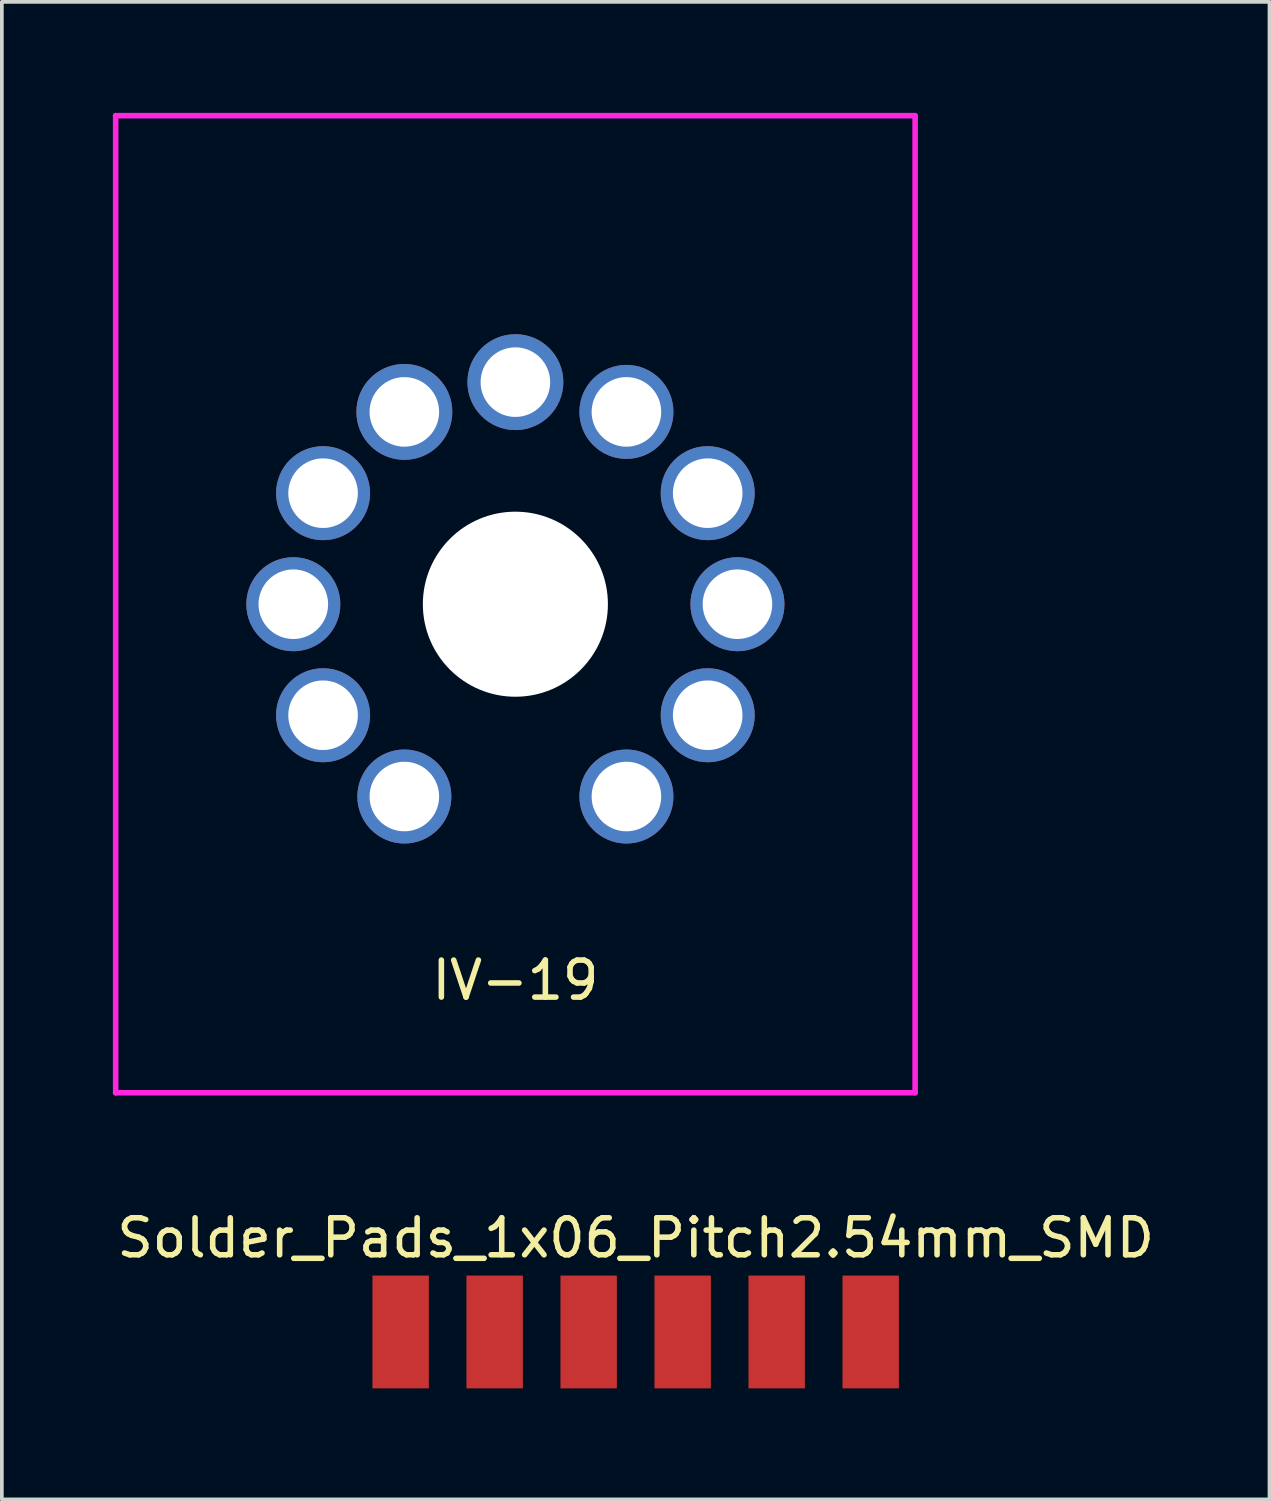
<source format=kicad_pcb>
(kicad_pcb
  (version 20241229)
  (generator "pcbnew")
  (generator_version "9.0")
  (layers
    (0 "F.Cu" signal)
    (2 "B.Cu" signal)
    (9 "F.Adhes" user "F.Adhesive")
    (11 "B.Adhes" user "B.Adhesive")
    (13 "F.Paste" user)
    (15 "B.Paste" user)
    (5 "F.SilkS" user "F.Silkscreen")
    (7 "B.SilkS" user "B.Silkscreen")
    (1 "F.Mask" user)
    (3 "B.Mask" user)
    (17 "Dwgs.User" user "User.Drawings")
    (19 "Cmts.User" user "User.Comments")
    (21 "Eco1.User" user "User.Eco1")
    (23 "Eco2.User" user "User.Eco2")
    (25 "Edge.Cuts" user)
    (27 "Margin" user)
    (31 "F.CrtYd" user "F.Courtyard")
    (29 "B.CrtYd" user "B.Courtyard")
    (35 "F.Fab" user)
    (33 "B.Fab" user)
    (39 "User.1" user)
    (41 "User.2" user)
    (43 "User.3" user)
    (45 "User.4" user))
  (footprint "IV-19"
    (layer "F.Cu")
    (at 10.875 13.275)
    (property "Reference" "IV-19" (at 0 10.16 0) (layer "F.SilkS") (effects (font (size 1 1) (thickness 0.15))))
    (attr through_hole)
    (fp_line (start -10.8 -13.2) (end -10.8 13.2) (stroke (width 0.15) (type solid)) (layer "F.CrtYd"))
    (fp_line (start -10.8 -13.2) (end 10.8 -13.2) (stroke (width 0.15) (type solid)) (layer "F.CrtYd"))
    (fp_line (start -10.8 13.2) (end 10.8 13.2) (stroke (width 0.15) (type solid)) (layer "F.CrtYd"))
    (fp_line (start 10.8 -13.2) (end 10.8 13.2) (stroke (width 0.15) (type solid)) (layer "F.CrtYd"))
    (pad "" np_thru_hole circle (at 0 0) (size 5 5) (drill 5) (layers "*.Cu" "*.Mask"))
    (pad "1" thru_hole circle (at 3 5.196) (size 2.54 2.54) (drill 1.88) (layers "*.Cu" "*.Mask"))
    (pad "2" thru_hole circle (at 5.196 3) (size 2.54 2.54) (drill 1.88) (layers "*.Cu" "*.Mask"))
    (pad "3" thru_hole circle (at 6 0) (size 2.54 2.54) (drill 1.88) (layers "*.Cu" "*.Mask"))
    (pad "4" thru_hole circle (at 5.196 -3) (size 2.54 2.54) (drill 1.88) (layers "*.Cu" "*.Mask"))
    (pad "5" thru_hole circle (at 3 -5.196) (size 2.54 2.54) (drill 1.88) (layers "*.Cu" "*.Mask"))
    (pad "6" thru_hole circle (at 0 -6) (size 2.591 2.591) (drill 1.88) (layers "*.Cu" "*.Mask"))
    (pad "7" thru_hole circle (at -3 -5.196) (size 2.591 2.591) (drill 1.88) (layers "*.Cu" "*.Mask"))
    (pad "8" thru_hole circle (at -5.196 -3) (size 2.54 2.54) (drill 1.88) (layers "*.Cu" "*.Mask"))
    (pad "9" thru_hole circle (at -6 0) (size 2.54 2.54) (drill 1.88) (layers "*.Cu" "*.Mask"))
    (pad "10" thru_hole circle (at -5.196 3) (size 2.54 2.54) (drill 1.88) (layers "*.Cu" "*.Mask"))
    (pad "11" thru_hole circle (at -3 5.196) (size 2.54 2.54) (drill 1.88) (layers "*.Cu" "*.Mask")))
  (footprint "Solder_Pads_1x06_Pitch2.54mm_SMD"
    (layer "F.Cu")
    (at 14.125 32.938)
    (property "Reference" "Solder_Pads_1x06_Pitch2.54mm_SMD" (at 0 -2.54 0) (layer "F.SilkS") (effects (font (size 1 1) (thickness 0.15))))
    (attr smd)
    (pad "1" smd rect (at -6.35 0 90) (size 3.048 1.524) (layers "F.Cu" "F.Mask"))
    (pad "2" smd rect (at -3.81 0 90) (size 3.048 1.524) (layers "F.Cu" "F.Mask"))
    (pad "3" smd rect (at -1.27 0 90) (size 3.048 1.524) (layers "F.Cu" "F.Mask"))
    (pad "4" smd rect (at 1.27 0 90) (size 3.048 1.524) (layers "F.Cu" "F.Mask"))
    (pad "5" smd rect (at 3.81 0 90) (size 3.048 1.524) (layers "F.Cu" "F.Mask"))
    (pad "6" smd rect (at 6.35 0 90) (size 3.048 1.524) (layers "F.Cu" "F.Mask")))
  (gr_rect
    (start -3 -3)
    (end 31.25 37.462)
    (stroke (width 0.1) (type default))
    (fill no)
    (layer "Edge.Cuts")))
</source>
